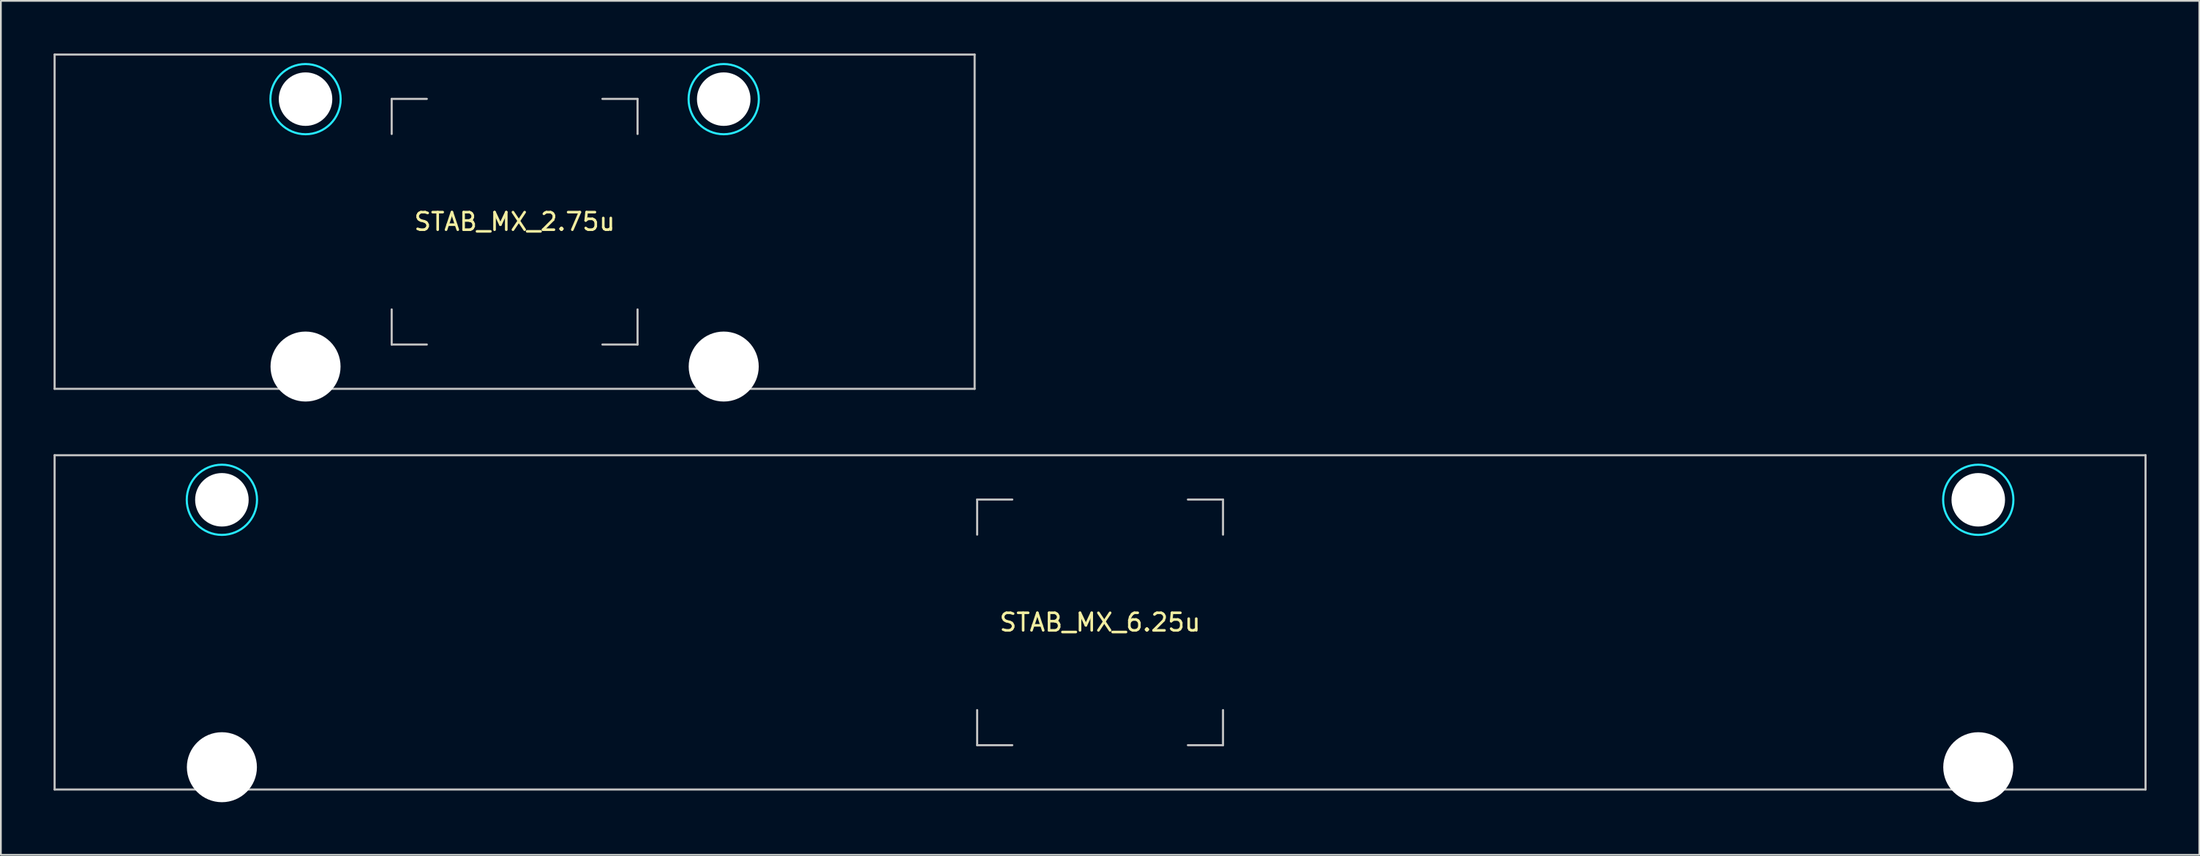
<source format=kicad_pcb>
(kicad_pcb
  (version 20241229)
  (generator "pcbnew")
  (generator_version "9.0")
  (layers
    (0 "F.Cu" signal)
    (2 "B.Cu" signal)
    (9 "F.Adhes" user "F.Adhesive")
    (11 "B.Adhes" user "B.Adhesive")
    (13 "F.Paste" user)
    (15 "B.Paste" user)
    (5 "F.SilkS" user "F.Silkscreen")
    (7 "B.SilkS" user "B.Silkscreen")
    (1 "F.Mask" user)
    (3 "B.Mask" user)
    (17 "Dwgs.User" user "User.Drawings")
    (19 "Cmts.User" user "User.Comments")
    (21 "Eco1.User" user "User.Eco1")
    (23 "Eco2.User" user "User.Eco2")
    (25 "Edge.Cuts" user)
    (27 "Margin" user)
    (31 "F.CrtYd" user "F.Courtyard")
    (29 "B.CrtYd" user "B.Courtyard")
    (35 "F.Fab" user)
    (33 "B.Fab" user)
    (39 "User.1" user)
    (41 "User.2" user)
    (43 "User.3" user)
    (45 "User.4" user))
  (footprint "STAB_MX_2.75u"
    (layer "F.Cu")
    (at 26.254 9.585)
    (property "Reference" "STAB_MX_2.75u" (at 0 0 0) (layer "F.SilkS") (effects (font (size 1 1) (thickness 0.15))))
    (attr through_hole exclude_from_pos_files exclude_from_bom)
    (fp_line (start -26.194 -9.525) (end -26.194 9.525) (stroke (width 0.12) (type solid)) (layer "Dwgs.User"))
    (fp_line (start -26.194 -9.525) (end 26.194 -9.525) (stroke (width 0.12) (type solid)) (layer "Dwgs.User"))
    (fp_line (start -26.194 9.525) (end 26.194 9.525) (stroke (width 0.12) (type solid)) (layer "Dwgs.User"))
    (fp_line (start -7 -7) (end -5 -7) (stroke (width 0.12) (type solid)) (layer "Dwgs.User"))
    (fp_line (start -7 -5) (end -7 -7) (stroke (width 0.12) (type solid)) (layer "Dwgs.User"))
    (fp_line (start -7 7) (end -7 5) (stroke (width 0.12) (type solid)) (layer "Dwgs.User"))
    (fp_line (start -5 7) (end -7 7) (stroke (width 0.12) (type solid)) (layer "Dwgs.User"))
    (fp_line (start 5 -7) (end 7 -7) (stroke (width 0.12) (type solid)) (layer "Dwgs.User"))
    (fp_line (start 5 7) (end 7 7) (stroke (width 0.12) (type solid)) (layer "Dwgs.User"))
    (fp_line (start 7 -7) (end 7 -5) (stroke (width 0.12) (type solid)) (layer "Dwgs.User"))
    (fp_line (start 7 7) (end 7 5) (stroke (width 0.12) (type solid)) (layer "Dwgs.User"))
    (fp_line (start 26.194 -9.525) (end 26.194 9.525) (stroke (width 0.12) (type solid)) (layer "Dwgs.User"))
    (fp_line (start -15.281 -5.5) (end -15.281 7.5) (stroke (width 0.05) (type solid)) (layer "Eco2.User"))
    (fp_line (start -14.781 -6) (end -9.031 -6) (stroke (width 0.05) (type solid)) (layer "Eco2.User"))
    (fp_line (start -14.781 8) (end -9.031 8) (stroke (width 0.05) (type solid)) (layer "Eco2.User"))
    (fp_line (start -8.531 -5.5) (end -8.531 7.5) (stroke (width 0.05) (type solid)) (layer "Eco2.User"))
    (fp_line (start 8.531 -5.5) (end 8.531 7.5) (stroke (width 0.05) (type solid)) (layer "Eco2.User"))
    (fp_line (start 9.031 -6) (end 14.78 -6) (stroke (width 0.05) (type solid)) (layer "Eco2.User"))
    (fp_line (start 9.031 8) (end 14.781 8) (stroke (width 0.05) (type solid)) (layer "Eco2.User"))
    (fp_line (start 15.28 -5.5) (end 15.281 7.5) (stroke (width 0.05) (type solid)) (layer "Eco2.User"))
    (fp_arc (start -15.28125 -5.499999) (mid -15.134803 -5.853552) (end -14.78125 -5.999999) (stroke (width 0.05) (type solid)) (layer "Eco2.User"))
    (fp_arc (start -14.78125 8.000001) (mid -15.134803 7.853554) (end -15.28125 7.500001) (stroke (width 0.05) (type solid)) (layer "Eco2.User"))
    (fp_arc (start -9.03125 -5.999999) (mid -8.677697 -5.853552) (end -8.53125 -5.499999) (stroke (width 0.05) (type solid)) (layer "Eco2.User"))
    (fp_arc (start -8.53125 7.500001) (mid -8.677697 7.853554) (end -9.03125 8.000001) (stroke (width 0.05) (type solid)) (layer "Eco2.User"))
    (fp_arc (start 8.53125 -5.499999) (mid 8.677697 -5.853552) (end 9.03125 -5.999999) (stroke (width 0.05) (type solid)) (layer "Eco2.User"))
    (fp_arc (start 9.03125 8.000001) (mid 8.677697 7.853554) (end 8.53125 7.500001) (stroke (width 0.05) (type solid)) (layer "Eco2.User"))
    (fp_arc (start 14.780039 -5.999999) (mid 15.133592 -5.853552) (end 15.280039 -5.499999) (stroke (width 0.05) (type solid)) (layer "Eco2.User"))
    (fp_arc (start 15.28125 7.500001) (mid 15.134803 7.853554) (end 14.78125 8.000001) (stroke (width 0.05) (type solid)) (layer "Eco2.User"))
    (fp_circle (center -11.906 -6.985) (end -9.906 -6.985) (stroke (width 0.12) (type solid)) (fill no) (layer "B.CrtYd"))
    (fp_circle (center 11.906 -6.985) (end 13.906 -6.985) (stroke (width 0.12) (type solid)) (fill no) (layer "B.CrtYd"))
    (pad "" np_thru_hole circle (at -11.906 -6.985) (size 3.048 3.048) (drill 3.048) (layers "*.Cu" "*.Mask"))
    (pad "" np_thru_hole circle (at -11.906 8.255) (size 3.988 3.988) (drill 3.988) (layers "*.Cu" "*.Mask"))
    (pad "" np_thru_hole circle (at 11.906 -6.985) (size 3.048 3.048) (drill 3.048) (layers "*.Cu" "*.Mask"))
    (pad "" np_thru_hole circle (at 11.906 8.255) (size 3.988 3.988) (drill 3.988) (layers "*.Cu" "*.Mask")))
  (footprint "STAB_MX_6.25u"
    (layer "F.Cu")
    (at 59.591 32.419)
    (property "Reference" "STAB_MX_6.25u" (at 0 0 0) (layer "F.SilkS") (effects (font (size 1 1) (thickness 0.15))))
    (attr through_hole exclude_from_pos_files exclude_from_bom)
    (fp_line (start -59.531 -9.525) (end -59.531 9.525) (stroke (width 0.12) (type solid)) (layer "Dwgs.User"))
    (fp_line (start -59.531 -9.525) (end 59.531 -9.525) (stroke (width 0.12) (type solid)) (layer "Dwgs.User"))
    (fp_line (start -59.531 9.525) (end 59.531 9.525) (stroke (width 0.12) (type solid)) (layer "Dwgs.User"))
    (fp_line (start -7 -7) (end -5 -7) (stroke (width 0.12) (type solid)) (layer "Dwgs.User"))
    (fp_line (start -7 -5) (end -7 -7) (stroke (width 0.12) (type solid)) (layer "Dwgs.User"))
    (fp_line (start -7 7) (end -7 5) (stroke (width 0.12) (type solid)) (layer "Dwgs.User"))
    (fp_line (start -5 7) (end -7 7) (stroke (width 0.12) (type solid)) (layer "Dwgs.User"))
    (fp_line (start 5 -7) (end 7 -7) (stroke (width 0.12) (type solid)) (layer "Dwgs.User"))
    (fp_line (start 5 7) (end 7 7) (stroke (width 0.12) (type solid)) (layer "Dwgs.User"))
    (fp_line (start 7 -7) (end 7 -5) (stroke (width 0.12) (type solid)) (layer "Dwgs.User"))
    (fp_line (start 7 7) (end 7 5) (stroke (width 0.12) (type solid)) (layer "Dwgs.User"))
    (fp_line (start 59.531 -9.525) (end 59.531 9.525) (stroke (width 0.12) (type solid)) (layer "Dwgs.User"))
    (fp_line (start -53.381 -5.5) (end -53.381 7.5) (stroke (width 0.05) (type solid)) (layer "Eco2.User"))
    (fp_line (start -52.881 -6) (end -47.131 -6) (stroke (width 0.05) (type solid)) (layer "Eco2.User"))
    (fp_line (start -52.881 8) (end -47.131 8) (stroke (width 0.05) (type solid)) (layer "Eco2.User"))
    (fp_line (start -46.631 -5.5) (end -46.631 7.5) (stroke (width 0.05) (type solid)) (layer "Eco2.User"))
    (fp_line (start 46.631 -5.5) (end 46.631 7.5) (stroke (width 0.05) (type solid)) (layer "Eco2.User"))
    (fp_line (start 47.131 -6) (end 52.88 -6) (stroke (width 0.05) (type solid)) (layer "Eco2.User"))
    (fp_line (start 47.131 8) (end 52.881 8) (stroke (width 0.05) (type solid)) (layer "Eco2.User"))
    (fp_line (start 53.38 -5.5) (end 53.381 7.5) (stroke (width 0.05) (type solid)) (layer "Eco2.User"))
    (fp_arc (start -53.38125 -5.499999) (mid -53.234803 -5.853552) (end -52.88125 -5.999999) (stroke (width 0.05) (type solid)) (layer "Eco2.User"))
    (fp_arc (start -52.88125 8.000001) (mid -53.234803 7.853554) (end -53.38125 7.500001) (stroke (width 0.05) (type solid)) (layer "Eco2.User"))
    (fp_arc (start -47.13125 -5.999999) (mid -46.777697 -5.853552) (end -46.63125 -5.499999) (stroke (width 0.05) (type solid)) (layer "Eco2.User"))
    (fp_arc (start -46.63125 7.500001) (mid -46.777697 7.853554) (end -47.13125 8.000001) (stroke (width 0.05) (type solid)) (layer "Eco2.User"))
    (fp_arc (start 46.63125 -5.499999) (mid 46.777697 -5.853552) (end 47.13125 -5.999999) (stroke (width 0.05) (type solid)) (layer "Eco2.User"))
    (fp_arc (start 47.13125 8.000001) (mid 46.777697 7.853554) (end 46.63125 7.500001) (stroke (width 0.05) (type solid)) (layer "Eco2.User"))
    (fp_arc (start 52.880039 -5.999999) (mid 53.233592 -5.853552) (end 53.380039 -5.499999) (stroke (width 0.05) (type solid)) (layer "Eco2.User"))
    (fp_arc (start 53.38125 7.500001) (mid 53.234803 7.853554) (end 52.88125 8.000001) (stroke (width 0.05) (type solid)) (layer "Eco2.User"))
    (fp_circle (center -50.006 -6.985) (end -48.006 -6.985) (stroke (width 0.12) (type solid)) (fill no) (layer "B.CrtYd"))
    (fp_circle (center 50.006 -6.985) (end 52.006 -6.985) (stroke (width 0.12) (type solid)) (fill no) (layer "B.CrtYd"))
    (pad "" np_thru_hole circle (at -50.006 -6.985) (size 3.048 3.048) (drill 3.048) (layers "*.Cu" "*.Mask"))
    (pad "" np_thru_hole circle (at -50.006 8.255) (size 3.988 3.988) (drill 3.988) (layers "*.Cu" "*.Mask"))
    (pad "" np_thru_hole circle (at 50.006 -6.985) (size 3.048 3.048) (drill 3.048) (layers "*.Cu" "*.Mask"))
    (pad "" np_thru_hole circle (at 50.006 8.255) (size 3.988 3.988) (drill 3.988) (layers "*.Cu" "*.Mask")))
  (gr_rect
    (start -3 -3)
    (end 122.183 45.668)
    (stroke (width 0.1) (type default))
    (fill no)
    (layer "Edge.Cuts")))
</source>
